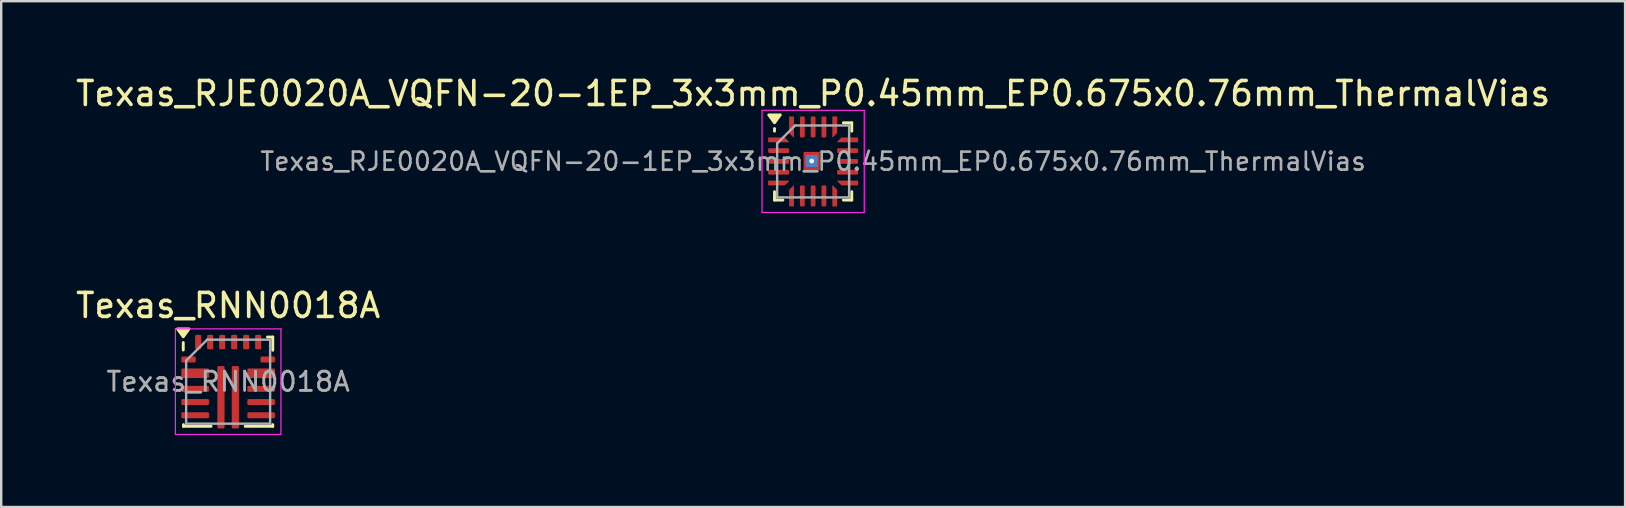
<source format=kicad_pcb>
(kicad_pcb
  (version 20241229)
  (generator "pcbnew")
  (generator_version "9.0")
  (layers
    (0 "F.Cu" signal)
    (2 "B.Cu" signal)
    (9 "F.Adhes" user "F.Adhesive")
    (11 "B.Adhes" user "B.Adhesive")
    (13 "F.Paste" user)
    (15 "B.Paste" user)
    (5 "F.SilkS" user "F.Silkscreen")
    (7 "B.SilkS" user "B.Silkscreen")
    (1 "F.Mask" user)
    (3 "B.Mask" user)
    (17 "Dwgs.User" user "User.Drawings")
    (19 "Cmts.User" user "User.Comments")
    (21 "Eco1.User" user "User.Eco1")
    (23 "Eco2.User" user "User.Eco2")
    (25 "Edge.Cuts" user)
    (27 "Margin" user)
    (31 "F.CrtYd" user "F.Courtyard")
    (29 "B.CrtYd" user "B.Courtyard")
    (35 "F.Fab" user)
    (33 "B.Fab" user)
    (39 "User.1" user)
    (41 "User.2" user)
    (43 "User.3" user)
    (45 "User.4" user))
  (footprint "Texas_RNN0018A"
    (layer "F.Cu")
    (at 6.458 12.857)
    (property "Reference" "Texas_RNN0018A" (at 0 -3.175 0) (layer "F.SilkS") (effects (font (size 1 1) (thickness 0.15))))
    (attr smd)
    (fp_line (start -1.87 -1.32) (end -1.87 -1.63) (stroke (width 0.12) (type solid)) (layer "F.SilkS"))
    (fp_line (start -1.86 1.79) (end -1.86 1.86) (stroke (width 0.12) (type solid)) (layer "F.SilkS"))
    (fp_line (start -1.86 1.86) (end -0.71 1.86) (stroke (width 0.12) (type solid)) (layer "F.SilkS"))
    (fp_line (start 1.64 -1.86) (end 1.86 -1.86) (stroke (width 0.12) (type solid)) (layer "F.SilkS"))
    (fp_line (start 1.86 -1.86) (end 1.86 -1.31) (stroke (width 0.12) (type solid)) (layer "F.SilkS"))
    (fp_line (start 1.86 1.79) (end 1.86 1.86) (stroke (width 0.12) (type solid)) (layer "F.SilkS"))
    (fp_line (start 1.86 1.86) (end 0.71 1.86) (stroke (width 0.12) (type solid)) (layer "F.SilkS"))
    (fp_poly (pts (xy -1.87 -1.87) (xy -2.11 -2.2) (xy -1.63 -2.2) (xy -1.87 -1.87)) (stroke (width 0.12) (type solid)) (fill yes) (layer "F.SilkS"))
    (fp_line (start -2.2 -2.2) (end 2.2 -2.2) (stroke (width 0.05) (type solid)) (layer "F.CrtYd"))
    (fp_line (start -2.2 2.2) (end -2.2 -2.2) (stroke (width 0.05) (type solid)) (layer "F.CrtYd"))
    (fp_line (start 2.2 -2.2) (end 2.2 2.2) (stroke (width 0.05) (type solid)) (layer "F.CrtYd"))
    (fp_line (start 2.2 2.2) (end -2.2 2.2) (stroke (width 0.05) (type solid)) (layer "F.CrtYd"))
    (fp_line (start -1.75 1.75) (end -1.75 -0.875) (stroke (width 0.1) (type solid)) (layer "F.Fab"))
    (fp_line (start -0.875 -1.75) (end -1.75 -0.875) (stroke (width 0.1) (type solid)) (layer "F.Fab"))
    (fp_line (start -0.875 -1.75) (end 1.75 -1.75) (stroke (width 0.1) (type solid)) (layer "F.Fab"))
    (fp_line (start 1.75 -1.75) (end 1.75 1.75) (stroke (width 0.1) (type solid)) (layer "F.Fab"))
    (fp_line (start 1.75 1.75) (end -1.75 1.75) (stroke (width 0.1) (type solid)) (layer "F.Fab"))
    (fp_text user "${REFERENCE}" (at 0 0 0) (layer "F.Fab") (effects (font (size 0.8 0.8) (thickness 0.12))))
    (pad "" smd roundrect (at -1.375 -0.35) (size 1.15 0.36) (layers "F.Paste") (roundrect_rratio 0.139))
    (pad "" smd roundrect (at -0.3 -0.282) (size 0.3 0.733) (layers "F.Paste") (roundrect_rratio 0.167))
    (pad "" smd roundrect (at -0.3 0.651) (size 0.3 0.733) (layers "F.Paste") (roundrect_rratio 0.167))
    (pad "" smd roundrect (at -0.3 1.585) (size 0.3 0.733) (layers "F.Paste") (roundrect_rratio 0.167))
    (pad "" smd roundrect (at 0.3 -0.282) (size 0.3 0.733) (layers "F.Paste") (roundrect_rratio 0.167))
    (pad "" smd roundrect (at 0.3 0.651) (size 0.3 0.733) (layers "F.Paste") (roundrect_rratio 0.167))
    (pad "" smd roundrect (at 0.3 1.585) (size 0.3 0.733) (layers "F.Paste") (roundrect_rratio 0.167))
    (pad "" smd roundrect (at 1.375 -0.35) (size 1.15 0.36) (layers "F.Paste") (roundrect_rratio 0.139))
    (pad "1" smd roundrect (at -1.65 -0.925) (size 0.6 0.25) (layers "F.Cu" "F.Mask" "F.Paste") (roundrect_rratio 0.2))
    (pad "2" smd roundrect (at -1.375 -0.35) (size 1.15 0.4) (layers "F.Cu" "F.Mask") (roundrect_rratio 0.125))
    (pad "3" smd roundrect (at -1.375 0.3) (size 1.15 0.25) (layers "F.Cu" "F.Mask" "F.Paste") (roundrect_rratio 0.2))
    (pad "4" smd roundrect (at -1.375 0.85) (size 1.15 0.25) (layers "F.Cu" "F.Mask" "F.Paste") (roundrect_rratio 0.2))
    (pad "5" smd roundrect (at -1.375 1.4) (size 1.15 0.25) (layers "F.Cu" "F.Mask" "F.Paste") (roundrect_rratio 0.2))
    (pad "6" smd roundrect (at -0.3 0.65) (size 0.3 2.6) (layers "F.Cu" "F.Mask") (roundrect_rratio 0.166))
    (pad "7" smd roundrect (at 0.3 0.65) (size 0.3 2.6) (layers "F.Cu" "F.Mask") (roundrect_rratio 0.166))
    (pad "8" smd roundrect (at 1.375 1.4) (size 1.15 0.25) (layers "F.Cu" "F.Mask" "F.Paste") (roundrect_rratio 0.2))
    (pad "9" smd roundrect (at 1.375 0.85) (size 1.15 0.25) (layers "F.Cu" "F.Mask" "F.Paste") (roundrect_rratio 0.2))
    (pad "10" smd roundrect (at 1.375 0.3) (size 1.15 0.25) (layers "F.Cu" "F.Mask" "F.Paste") (roundrect_rratio 0.2))
    (pad "11" smd roundrect (at 1.375 -0.35) (size 1.15 0.4) (layers "F.Cu" "F.Mask") (roundrect_rratio 0.125))
    (pad "12" smd roundrect (at 1.65 -0.925) (size 0.6 0.25) (layers "F.Cu" "F.Mask" "F.Paste") (roundrect_rratio 0.2))
    (pad "13" smd roundrect (at 1.25 -1.65) (size 0.25 0.6) (layers "F.Cu" "F.Mask" "F.Paste") (roundrect_rratio 0.2))
    (pad "14" smd roundrect (at 0.75 -1.65) (size 0.25 0.6) (layers "F.Cu" "F.Mask" "F.Paste") (roundrect_rratio 0.2))
    (pad "15" smd roundrect (at 0.25 -1.65) (size 0.25 0.6) (layers "F.Cu" "F.Mask" "F.Paste") (roundrect_rratio 0.2))
    (pad "16" smd roundrect (at -0.25 -1.65) (size 0.25 0.6) (layers "F.Cu" "F.Mask" "F.Paste") (roundrect_rratio 0.2))
    (pad "17" smd roundrect (at -0.75 -1.65) (size 0.25 0.6) (layers "F.Cu" "F.Mask" "F.Paste") (roundrect_rratio 0.2))
    (pad "18" smd roundrect (at -1.25 -1.65) (size 0.25 0.6) (layers "F.Cu" "F.Mask" "F.Paste") (roundrect_rratio 0.2)))
  (footprint "Texas_RJE0020A_VQFN-20-1EP_3x3mm_P0.45mm_EP0.675x0.76mm_ThermalVias"
    (layer "F.Cu")
    (at 30.839 3.678)
    (property "Reference" "Texas_RJE0020A_VQFN-20-1EP_3x3mm_P0.45mm_EP0.675x0.76mm_ThermalVias" (at 0 -2.83 0) (layer "F.SilkS") (effects (font (size 1 1) (thickness 0.15))))
    (attr smd)
    (fp_line (start -1.61 -1.26) (end -1.61 -1.37) (stroke (width 0.12) (type solid)) (layer "F.SilkS"))
    (fp_line (start -1.61 1.61) (end -1.61 1.26) (stroke (width 0.12) (type solid)) (layer "F.SilkS"))
    (fp_line (start -1.26 1.61) (end -1.61 1.61) (stroke (width 0.12) (type solid)) (layer "F.SilkS"))
    (fp_line (start 1.26 -1.61) (end 1.61 -1.61) (stroke (width 0.12) (type solid)) (layer "F.SilkS"))
    (fp_line (start 1.26 1.61) (end 1.61 1.61) (stroke (width 0.12) (type solid)) (layer "F.SilkS"))
    (fp_line (start 1.61 -1.61) (end 1.61 -1.26) (stroke (width 0.12) (type solid)) (layer "F.SilkS"))
    (fp_line (start 1.61 1.61) (end 1.61 1.26) (stroke (width 0.12) (type solid)) (layer "F.SilkS"))
    (fp_poly (pts (xy -1.61 -1.61) (xy -1.85 -1.94) (xy -1.37 -1.94) (xy -1.61 -1.61)) (stroke (width 0.12) (type solid)) (fill yes) (layer "F.SilkS"))
    (fp_line (start -2.13 -2.13) (end -2.13 2.13) (stroke (width 0.05) (type solid)) (layer "F.CrtYd"))
    (fp_line (start -2.13 2.13) (end 2.13 2.13) (stroke (width 0.05) (type solid)) (layer "F.CrtYd"))
    (fp_line (start 2.13 -2.13) (end -2.13 -2.13) (stroke (width 0.05) (type solid)) (layer "F.CrtYd"))
    (fp_line (start 2.13 2.13) (end 2.13 -2.13) (stroke (width 0.05) (type solid)) (layer "F.CrtYd"))
    (fp_line (start -1.5 -0.75) (end -0.75 -1.5) (stroke (width 0.1) (type solid)) (layer "F.Fab"))
    (fp_line (start -1.5 1.5) (end -1.5 -0.75) (stroke (width 0.1) (type solid)) (layer "F.Fab"))
    (fp_line (start -0.75 -1.5) (end 1.5 -1.5) (stroke (width 0.1) (type solid)) (layer "F.Fab"))
    (fp_line (start 1.5 -1.5) (end 1.5 1.5) (stroke (width 0.1) (type solid)) (layer "F.Fab"))
    (fp_line (start 1.5 1.5) (end -1.5 1.5) (stroke (width 0.1) (type solid)) (layer "F.Fab"))
    (fp_text user "${REFERENCE}" (at 0 0 0) (layer "F.Fab") (effects (font (size 0.75 0.75) (thickness 0.11))))
    (pad "" smd roundrect (at -0.06 -0.018) (size 0.64 0.72) (layers "F.Paste") (roundrect_rratio 0.25))
    (pad "1" smd custom (at -1.438 -0.9) (size 0.073 0.073) (layers "F.Cu" "F.Mask" "F.Paste") (options (anchor circle)) (primitives (gr_poly (pts (xy -0.427 -0.09) (xy 0.253 -0.09) (xy 0.427 0.084) (xy 0.427 0.09) (xy -0.427 0.09)) (width 0.02) (fill yes))))
    (pad "2" smd roundrect (at -1.438 -0.45) (size 0.875 0.2) (layers "F.Cu" "F.Mask" "F.Paste") (roundrect_rratio 0.25))
    (pad "3" smd roundrect (at -1.438 0) (size 0.875 0.2) (layers "F.Cu" "F.Mask" "F.Paste") (roundrect_rratio 0.25))
    (pad "4" smd roundrect (at -1.438 0.45) (size 0.875 0.2) (layers "F.Cu" "F.Mask" "F.Paste") (roundrect_rratio 0.25))
    (pad "5" smd custom (at -1.438 0.9) (size 0.073 0.073) (layers "F.Cu" "F.Mask" "F.Paste") (options (anchor circle)) (primitives (gr_poly (pts (xy -0.427 -0.09) (xy 0.427 -0.09) (xy 0.427 -0.084) (xy 0.253 0.09) (xy -0.427 0.09)) (width 0.02) (fill yes))))
    (pad "6" smd custom (at -0.9 1.438) (size 0.073 0.073) (layers "F.Cu" "F.Mask" "F.Paste") (options (anchor circle)) (primitives (gr_poly (pts (xy -0.09 -0.253) (xy 0.084 -0.427) (xy 0.09 -0.427) (xy 0.09 0.427) (xy -0.09 0.427)) (width 0.02) (fill yes))))
    (pad "7" smd roundrect (at -0.45 1.438) (size 0.2 0.875) (layers "F.Cu" "F.Mask" "F.Paste") (roundrect_rratio 0.25))
    (pad "8" smd roundrect (at 0 1.438) (size 0.2 0.875) (layers "F.Cu" "F.Mask" "F.Paste") (roundrect_rratio 0.25))
    (pad "9" smd roundrect (at 0.45 1.438) (size 0.2 0.875) (layers "F.Cu" "F.Mask" "F.Paste") (roundrect_rratio 0.25))
    (pad "10" smd custom (at 0.9 1.438) (size 0.073 0.073) (layers "F.Cu" "F.Mask" "F.Paste") (options (anchor circle)) (primitives (gr_poly (pts (xy -0.09 -0.427) (xy -0.084 -0.427) (xy 0.09 -0.253) (xy 0.09 0.427) (xy -0.09 0.427)) (width 0.02) (fill yes))))
    (pad "11" smd custom (at 1.438 0.9) (size 0.073 0.073) (layers "F.Cu" "F.Mask" "F.Paste") (options (anchor circle)) (primitives (gr_poly (pts (xy -0.427 -0.09) (xy 0.427 -0.09) (xy 0.427 0.09) (xy -0.253 0.09) (xy -0.427 -0.084)) (width 0.02) (fill yes))))
    (pad "12" smd roundrect (at 1.438 0.45) (size 0.875 0.2) (layers "F.Cu" "F.Mask" "F.Paste") (roundrect_rratio 0.25))
    (pad "13" smd roundrect (at 1.438 0) (size 0.875 0.2) (layers "F.Cu" "F.Mask" "F.Paste") (roundrect_rratio 0.25))
    (pad "14" smd roundrect (at 1.438 -0.45) (size 0.875 0.2) (layers "F.Cu" "F.Mask" "F.Paste") (roundrect_rratio 0.25))
    (pad "15" smd custom (at 1.438 -0.9) (size 0.073 0.073) (layers "F.Cu" "F.Mask" "F.Paste") (options (anchor circle)) (primitives (gr_poly (pts (xy -0.427 0.084) (xy -0.253 -0.09) (xy 0.427 -0.09) (xy 0.427 0.09) (xy -0.427 0.09)) (width 0.02) (fill yes))))
    (pad "16" smd custom (at 0.9 -1.438) (size 0.073 0.073) (layers "F.Cu" "F.Mask" "F.Paste") (options (anchor circle)) (primitives (gr_poly (pts (xy -0.09 -0.427) (xy 0.09 -0.427) (xy 0.09 0.253) (xy -0.084 0.427) (xy -0.09 0.427)) (width 0.02) (fill yes))))
    (pad "17" smd roundrect (at 0.45 -1.438) (size 0.2 0.875) (layers "F.Cu" "F.Mask" "F.Paste") (roundrect_rratio 0.25))
    (pad "18" smd roundrect (at 0 -1.438) (size 0.2 0.875) (layers "F.Cu" "F.Mask" "F.Paste") (roundrect_rratio 0.25))
    (pad "19" smd roundrect (at -0.45 -1.438) (size 0.2 0.875) (layers "F.Cu" "F.Mask" "F.Paste") (roundrect_rratio 0.25))
    (pad "20" smd custom (at -0.9 -1.438) (size 0.073 0.073) (layers "F.Cu" "F.Mask" "F.Paste") (options (anchor circle)) (primitives (gr_poly (pts (xy -0.09 -0.427) (xy 0.09 -0.427) (xy 0.09 0.427) (xy 0.084 0.427) (xy -0.09 0.253)) (width 0.02) (fill yes))))
    (pad "21" thru_hole circle (at -0.06 -0.018) (size 0.5 0.5) (drill 0.2) (property pad_prop_heatsink) (layers "*.Cu"))
    (pad "21" smd rect (at -0.06 -0.018) (size 0.5 0.5) (property pad_prop_heatsink) (layers "B.Cu"))
    (pad "21" smd rect (at -0.06 -0.018) (size 0.675 0.76) (property pad_prop_heatsink) (layers "F.Cu" "F.Mask")))
  (gr_rect
    (start -3 -3)
    (end 64.679 18.081)
    (stroke (width 0.1) (type default))
    (fill no)
    (layer "Edge.Cuts")))
</source>
